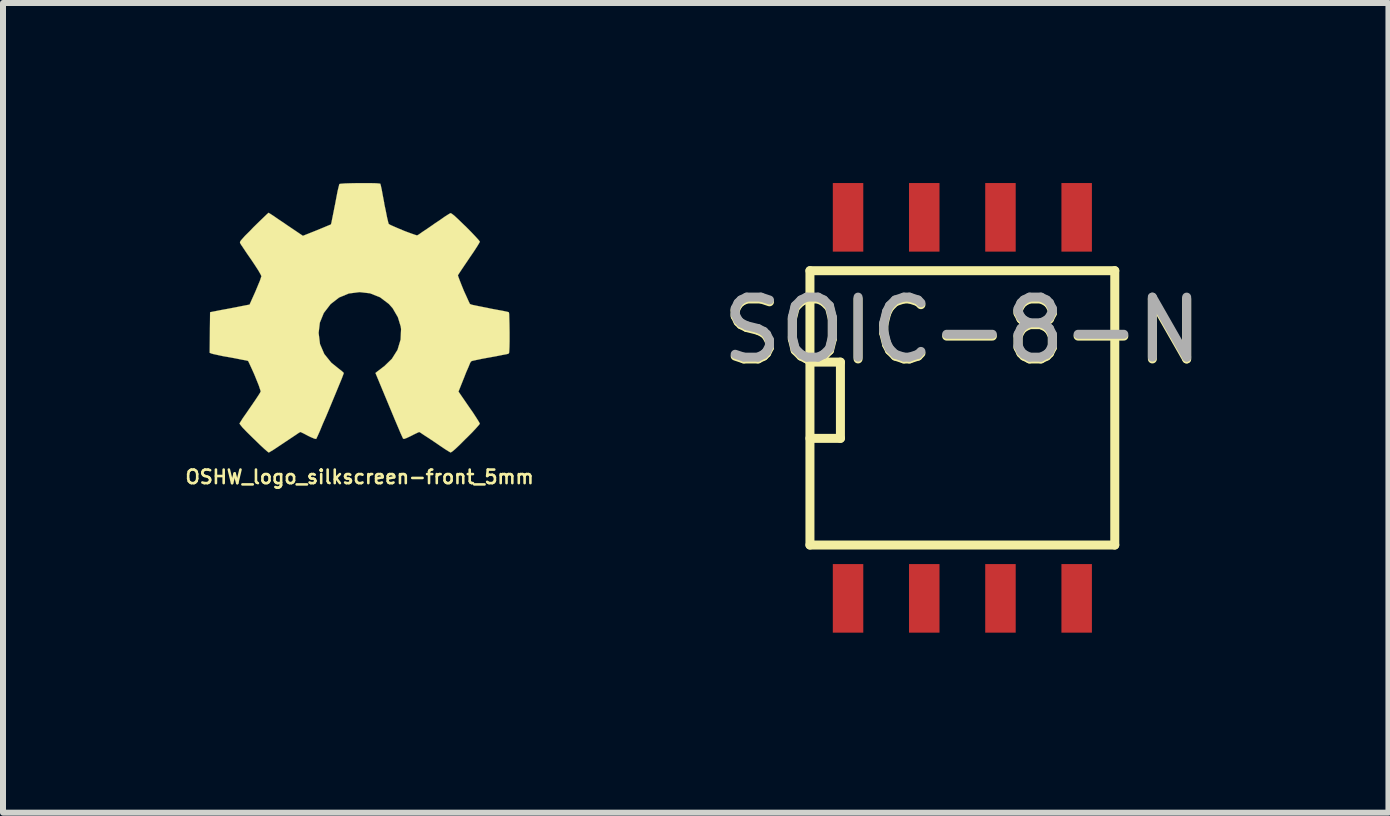
<source format=kicad_pcb>
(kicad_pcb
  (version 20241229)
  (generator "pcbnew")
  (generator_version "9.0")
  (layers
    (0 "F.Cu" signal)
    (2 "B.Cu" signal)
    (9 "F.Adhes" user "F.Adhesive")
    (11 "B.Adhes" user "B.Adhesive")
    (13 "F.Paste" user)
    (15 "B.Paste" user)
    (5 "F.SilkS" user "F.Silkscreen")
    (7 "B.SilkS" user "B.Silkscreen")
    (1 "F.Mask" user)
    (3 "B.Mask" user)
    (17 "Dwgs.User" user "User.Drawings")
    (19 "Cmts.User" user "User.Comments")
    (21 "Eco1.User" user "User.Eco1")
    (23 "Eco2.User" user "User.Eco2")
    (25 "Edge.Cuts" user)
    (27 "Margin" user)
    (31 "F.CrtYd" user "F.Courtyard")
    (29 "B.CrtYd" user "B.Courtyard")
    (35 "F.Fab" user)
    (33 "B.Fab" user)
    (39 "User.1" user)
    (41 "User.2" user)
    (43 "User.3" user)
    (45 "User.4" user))
  (footprint "SOIC-8-N"
    (layer "F.Cu")
    (at 12.988 3.747)
    (property "Reference" "SOIC-8-N" (at 0 -1.27 0) (layer "F.SilkS") (effects (font (size 1 1) (thickness 0.15))))
    (attr smd)
    (fp_line (start -2.54 -2.286) (end 2.54 -2.286) (stroke (width 0.15) (type solid)) (layer "F.SilkS"))
    (fp_line (start -2.54 -0.762) (end -2.032 -0.762) (stroke (width 0.15) (type solid)) (layer "F.SilkS"))
    (fp_line (start -2.54 2.286) (end -2.54 -2.286) (stroke (width 0.15) (type solid)) (layer "F.SilkS"))
    (fp_line (start -2.032 -0.762) (end -2.032 0.508) (stroke (width 0.15) (type solid)) (layer "F.SilkS"))
    (fp_line (start -2.032 0.508) (end -2.54 0.508) (stroke (width 0.15) (type solid)) (layer "F.SilkS"))
    (fp_line (start 2.54 -2.286) (end 2.54 2.286) (stroke (width 0.15) (type solid)) (layer "F.SilkS"))
    (fp_line (start 2.54 2.286) (end -2.54 2.286) (stroke (width 0.15) (type solid)) (layer "F.SilkS"))
    (fp_text user "${REFERENCE}" (at 0 -1.3 0) (layer "F.Fab") (effects (font (size 1 1) (thickness 0.15))))
    (pad "1" smd rect (at -1.905 3.175) (size 0.508 1.143) (layers "F.Cu" "F.Mask" "F.Paste"))
    (pad "2" smd rect (at -0.635 3.175) (size 0.508 1.143) (layers "F.Cu" "F.Mask" "F.Paste"))
    (pad "3" smd rect (at 0.635 3.175) (size 0.508 1.143) (layers "F.Cu" "F.Mask" "F.Paste"))
    (pad "4" smd rect (at 1.905 3.175) (size 0.508 1.143) (layers "F.Cu" "F.Mask" "F.Paste"))
    (pad "5" smd rect (at 1.905 -3.175) (size 0.508 1.143) (layers "F.Cu" "F.Mask" "F.Paste"))
    (pad "6" smd rect (at 0.635 -3.175) (size 0.508 1.143) (layers "F.Cu" "F.Mask" "F.Paste"))
    (pad "7" smd rect (at -0.635 -3.175) (size 0.508 1.143) (layers "F.Cu" "F.Mask" "F.Paste"))
    (pad "8" smd rect (at -1.905 -3.175) (size 0.508 1.143) (layers "F.Cu" "F.Mask" "F.Paste")))
  (footprint "OSHW_logo_silkscreen-front_5mm"
    (layer "F.Cu")
    (at 2.943 2.247)
    (property "Reference" "OSHW_logo_silkscreen-front_5mm" (at 0 2.652 0) (layer "F.SilkS") (effects (font (size 0.226 0.226) (thickness 0.043))))
    (attr through_hole)
    (fp_poly (pts (xy -1.514 2.245) (xy -1.488 2.23) (xy -1.43 2.195) (xy -1.346 2.139) (xy -1.247 2.073) (xy -1.148 2.007) (xy -1.067 1.953) (xy -1.011 1.915) (xy -0.986 1.902) (xy -0.973 1.908) (xy -0.927 1.93) (xy -0.859 1.966) (xy -0.818 1.986) (xy -0.757 2.012) (xy -0.724 2.019) (xy -0.719 2.009) (xy -0.696 1.961) (xy -0.66 1.88) (xy -0.615 1.77) (xy -0.559 1.643) (xy -0.503 1.509) (xy -0.445 1.369) (xy -0.389 1.234) (xy -0.34 1.115) (xy -0.3 1.019) (xy -0.274 0.95) (xy -0.264 0.922) (xy -0.267 0.914) (xy -0.3 0.884) (xy -0.353 0.843) (xy -0.472 0.747) (xy -0.589 0.602) (xy -0.66 0.437) (xy -0.683 0.251) (xy -0.663 0.081) (xy -0.597 -0.081) (xy -0.483 -0.229) (xy -0.343 -0.338) (xy -0.18 -0.406) (xy 0 -0.429) (xy 0.173 -0.409) (xy 0.34 -0.343) (xy 0.488 -0.231) (xy 0.551 -0.16) (xy 0.638 -0.01) (xy 0.686 0.147) (xy 0.691 0.188) (xy 0.683 0.363) (xy 0.632 0.533) (xy 0.538 0.683) (xy 0.409 0.808) (xy 0.394 0.818) (xy 0.335 0.864) (xy 0.295 0.894) (xy 0.264 0.919) (xy 0.488 1.458) (xy 0.523 1.542) (xy 0.584 1.689) (xy 0.638 1.816) (xy 0.681 1.918) (xy 0.711 1.984) (xy 0.724 2.012) (xy 0.724 2.014) (xy 0.744 2.017) (xy 0.785 2.002) (xy 0.861 1.966) (xy 0.909 1.941) (xy 0.968 1.913) (xy 0.993 1.902) (xy 1.016 1.915) (xy 1.069 1.951) (xy 1.151 2.004) (xy 1.247 2.068) (xy 1.339 2.131) (xy 1.422 2.187) (xy 1.483 2.225) (xy 1.514 2.243) (xy 1.519 2.243) (xy 1.544 2.228) (xy 1.593 2.187) (xy 1.666 2.118) (xy 1.77 2.014) (xy 1.786 1.999) (xy 1.872 1.913) (xy 1.941 1.839) (xy 1.986 1.788) (xy 2.004 1.765) (xy 1.989 1.735) (xy 1.951 1.674) (xy 1.895 1.587) (xy 1.826 1.488) (xy 1.648 1.229) (xy 1.745 0.986) (xy 1.775 0.909) (xy 1.814 0.82) (xy 1.841 0.754) (xy 1.857 0.726) (xy 1.882 0.716) (xy 1.951 0.701) (xy 2.047 0.681) (xy 2.162 0.66) (xy 2.273 0.64) (xy 2.372 0.62) (xy 2.443 0.607) (xy 2.477 0.599) (xy 2.484 0.594) (xy 2.492 0.579) (xy 2.494 0.546) (xy 2.497 0.485) (xy 2.499 0.391) (xy 2.499 0.251) (xy 2.499 0.236) (xy 2.497 0.107) (xy 2.494 0) (xy 2.492 -0.066) (xy 2.487 -0.094) (xy 2.456 -0.102) (xy 2.385 -0.117) (xy 2.286 -0.135) (xy 2.167 -0.157) (xy 2.159 -0.16) (xy 2.042 -0.183) (xy 1.943 -0.203) (xy 1.872 -0.218) (xy 1.844 -0.229) (xy 1.836 -0.236) (xy 1.814 -0.282) (xy 1.781 -0.356) (xy 1.74 -0.445) (xy 1.702 -0.538) (xy 1.669 -0.622) (xy 1.646 -0.683) (xy 1.638 -0.711) (xy 1.641 -0.714) (xy 1.659 -0.742) (xy 1.699 -0.803) (xy 1.755 -0.886) (xy 1.824 -0.988) (xy 1.829 -0.996) (xy 1.897 -1.095) (xy 1.953 -1.181) (xy 1.989 -1.24) (xy 2.004 -1.267) (xy 2.004 -1.27) (xy 1.981 -1.3) (xy 1.93 -1.356) (xy 1.857 -1.433) (xy 1.77 -1.521) (xy 1.742 -1.547) (xy 1.643 -1.643) (xy 1.577 -1.704) (xy 1.534 -1.737) (xy 1.514 -1.745) (xy 1.483 -1.727) (xy 1.42 -1.687) (xy 1.336 -1.628) (xy 1.234 -1.56) (xy 1.227 -1.554) (xy 1.128 -1.486) (xy 1.044 -1.43) (xy 0.986 -1.389) (xy 0.958 -1.374) (xy 0.955 -1.374) (xy 0.914 -1.387) (xy 0.843 -1.412) (xy 0.754 -1.445) (xy 0.663 -1.483) (xy 0.579 -1.519) (xy 0.516 -1.547) (xy 0.485 -1.565) (xy 0.475 -1.6) (xy 0.457 -1.676) (xy 0.437 -1.778) (xy 0.411 -1.9) (xy 0.409 -1.92) (xy 0.386 -2.04) (xy 0.368 -2.139) (xy 0.353 -2.207) (xy 0.345 -2.235) (xy 0.33 -2.238) (xy 0.272 -2.243) (xy 0.183 -2.245) (xy 0.074 -2.245) (xy -0.038 -2.245) (xy -0.147 -2.243) (xy -0.241 -2.24) (xy -0.31 -2.235) (xy -0.338 -2.23) (xy -0.338 -2.228) (xy -0.348 -2.189) (xy -0.366 -2.116) (xy -0.386 -2.012) (xy -0.409 -1.89) (xy -0.414 -1.867) (xy -0.437 -1.75) (xy -0.457 -1.651) (xy -0.47 -1.585) (xy -0.478 -1.557) (xy -0.49 -1.552) (xy -0.538 -1.532) (xy -0.617 -1.499) (xy -0.716 -1.458) (xy -0.945 -1.367) (xy -1.227 -1.557) (xy -1.252 -1.575) (xy -1.354 -1.643) (xy -1.435 -1.699) (xy -1.494 -1.737) (xy -1.516 -1.75) (xy -1.519 -1.75) (xy -1.547 -1.725) (xy -1.603 -1.671) (xy -1.679 -1.598) (xy -1.768 -1.511) (xy -1.831 -1.445) (xy -1.91 -1.367) (xy -1.958 -1.313) (xy -1.986 -1.28) (xy -1.994 -1.26) (xy -1.991 -1.245) (xy -1.974 -1.217) (xy -1.933 -1.156) (xy -1.875 -1.069) (xy -1.806 -0.97) (xy -1.75 -0.886) (xy -1.689 -0.792) (xy -1.651 -0.726) (xy -1.636 -0.693) (xy -1.641 -0.681) (xy -1.659 -0.625) (xy -1.694 -0.541) (xy -1.735 -0.442) (xy -1.834 -0.221) (xy -1.979 -0.193) (xy -2.068 -0.175) (xy -2.189 -0.152) (xy -2.309 -0.13) (xy -2.492 -0.094) (xy -2.499 0.582) (xy -2.471 0.594) (xy -2.443 0.602) (xy -2.375 0.617) (xy -2.278 0.638) (xy -2.162 0.658) (xy -2.065 0.676) (xy -1.966 0.696) (xy -1.895 0.709) (xy -1.864 0.716) (xy -1.854 0.726) (xy -1.831 0.775) (xy -1.796 0.851) (xy -1.755 0.942) (xy -1.717 1.036) (xy -1.681 1.125) (xy -1.659 1.191) (xy -1.648 1.224) (xy -1.661 1.252) (xy -1.699 1.311) (xy -1.753 1.392) (xy -1.821 1.491) (xy -1.887 1.587) (xy -1.946 1.671) (xy -1.984 1.732) (xy -2.002 1.76) (xy -1.991 1.778) (xy -1.953 1.826) (xy -1.88 1.902) (xy -1.768 2.012) (xy -1.75 2.029) (xy -1.664 2.113) (xy -1.59 2.182) (xy -1.537 2.228) (xy -1.514 2.245)) (stroke (width 0.003) (type solid)) (fill yes) (layer "F.SilkS")))
  (gr_rect
    (start -3 -3)
    (end 20.089 10.493)
    (stroke (width 0.1) (type default))
    (fill no)
    (layer "Edge.Cuts")))
</source>
